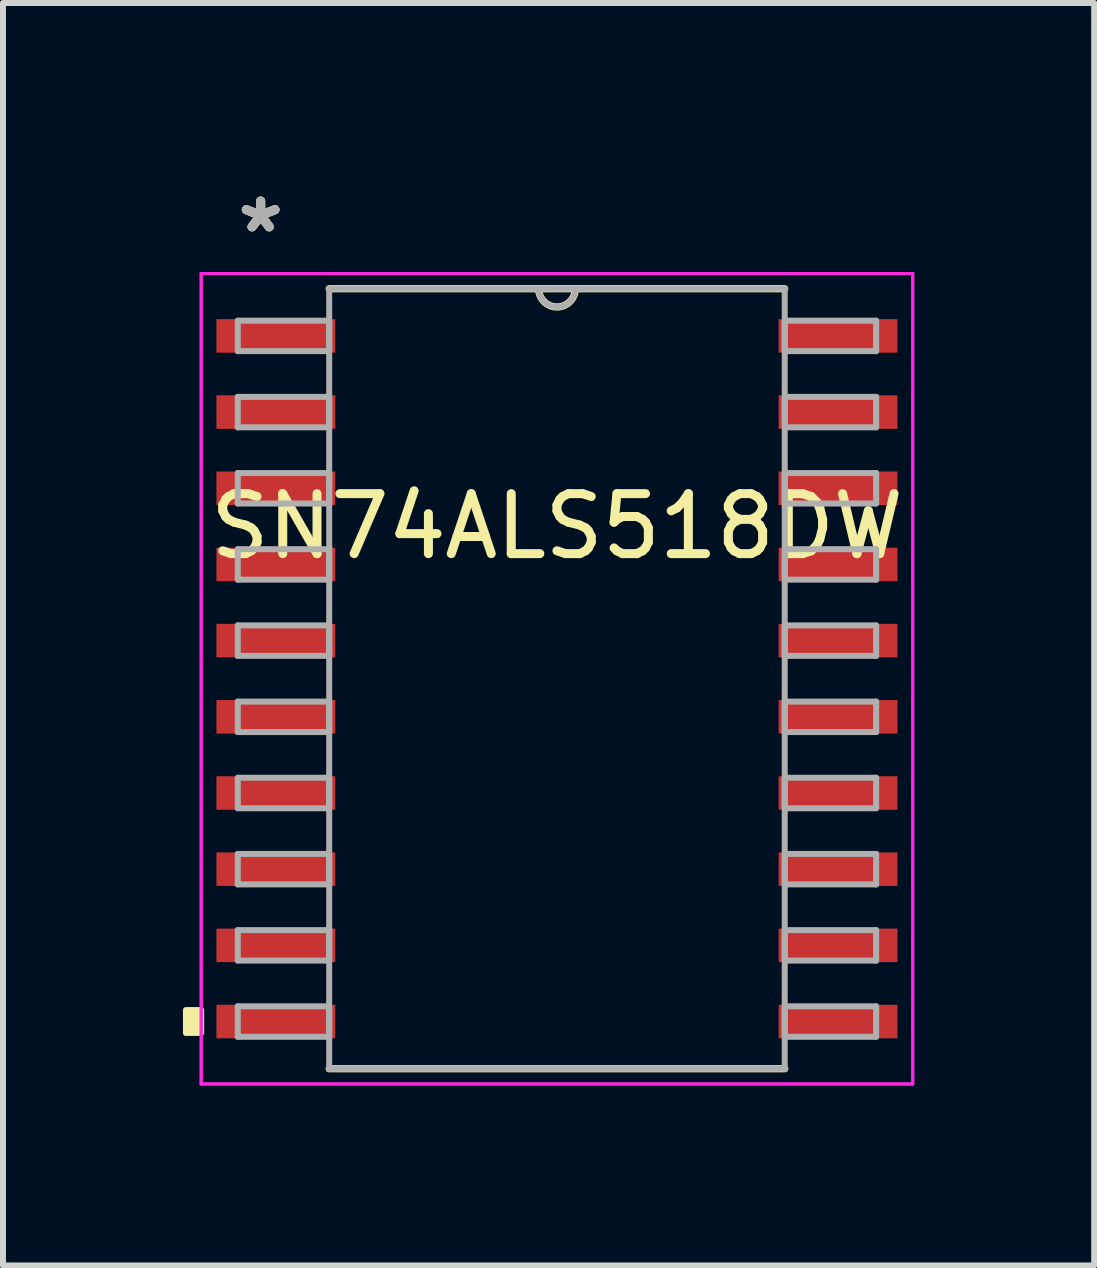
<source format=kicad_pcb>
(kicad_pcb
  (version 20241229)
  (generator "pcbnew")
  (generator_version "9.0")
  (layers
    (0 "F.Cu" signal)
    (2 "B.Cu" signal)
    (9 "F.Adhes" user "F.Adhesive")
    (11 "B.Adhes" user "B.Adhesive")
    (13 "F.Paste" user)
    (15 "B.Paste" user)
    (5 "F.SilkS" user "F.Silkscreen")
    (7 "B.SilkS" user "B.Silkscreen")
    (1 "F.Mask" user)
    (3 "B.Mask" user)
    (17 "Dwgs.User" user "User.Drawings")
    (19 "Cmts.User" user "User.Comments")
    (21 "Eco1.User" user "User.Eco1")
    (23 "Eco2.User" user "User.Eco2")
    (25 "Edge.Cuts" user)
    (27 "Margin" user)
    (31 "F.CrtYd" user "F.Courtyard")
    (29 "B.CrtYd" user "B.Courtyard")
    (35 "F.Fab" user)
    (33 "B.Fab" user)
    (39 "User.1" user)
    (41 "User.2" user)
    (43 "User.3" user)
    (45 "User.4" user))
  (footprint "SN74ALS518DW"
    (layer "F.Cu")
    (at 6.235 8.265)
    (property "Reference" "SN74ALS518DW" (at 0 -2.54 0) (layer "F.SilkS") (effects (font (size 1 1) (thickness 0.15))))
    (attr through_hole)
    (fp_line (start -3.797 6.502) (end 3.797 6.502) (stroke (width 0.12) (type solid)) (layer "F.SilkS"))
    (fp_line (start 3.797 -6.502) (end -3.797 -6.502) (stroke (width 0.12) (type solid)) (layer "F.SilkS"))
    (fp_arc (start 0.3048 -6.5024) (mid 0 -6.1976) (end -0.3048 -6.5024) (stroke (width 0.12) (type solid)) (layer "F.SilkS"))
    (fp_poly (pts (xy -6.185 5.524) (xy -6.185 5.905) (xy -5.931 5.905) (xy -5.931 5.524)) (stroke (width 0.1) (type solid)) (fill yes) (layer "F.SilkS"))
    (fp_line (start -5.931 -6.756) (end 5.931 -6.756) (stroke (width 0.05) (type solid)) (layer "F.CrtYd"))
    (fp_line (start -5.931 -6.756) (end 5.931 -6.756) (stroke (width 0.05) (type solid)) (layer "F.CrtYd"))
    (fp_line (start -5.931 6.756) (end -5.931 -6.756) (stroke (width 0.05) (type solid)) (layer "F.CrtYd"))
    (fp_line (start -5.931 6.756) (end -5.931 -6.756) (stroke (width 0.05) (type solid)) (layer "F.CrtYd"))
    (fp_line (start 5.931 -6.756) (end 5.931 6.756) (stroke (width 0.05) (type solid)) (layer "F.CrtYd"))
    (fp_line (start 5.931 -6.756) (end 5.931 6.756) (stroke (width 0.05) (type solid)) (layer "F.CrtYd"))
    (fp_line (start 5.931 6.756) (end -5.931 6.756) (stroke (width 0.05) (type solid)) (layer "F.CrtYd"))
    (fp_line (start 5.931 6.756) (end -5.931 6.756) (stroke (width 0.05) (type solid)) (layer "F.CrtYd"))
    (fp_line (start -5.321 -5.969) (end -5.321 -5.461) (stroke (width 0.1) (type solid)) (layer "F.Fab"))
    (fp_line (start -5.321 -5.461) (end -3.797 -5.461) (stroke (width 0.1) (type solid)) (layer "F.Fab"))
    (fp_line (start -5.321 -4.699) (end -5.321 -4.191) (stroke (width 0.1) (type solid)) (layer "F.Fab"))
    (fp_line (start -5.321 -4.191) (end -3.797 -4.191) (stroke (width 0.1) (type solid)) (layer "F.Fab"))
    (fp_line (start -5.321 -3.429) (end -5.321 -2.921) (stroke (width 0.1) (type solid)) (layer "F.Fab"))
    (fp_line (start -5.321 -2.921) (end -3.797 -2.921) (stroke (width 0.1) (type solid)) (layer "F.Fab"))
    (fp_line (start -5.321 -2.159) (end -5.321 -1.651) (stroke (width 0.1) (type solid)) (layer "F.Fab"))
    (fp_line (start -5.321 -1.651) (end -3.797 -1.651) (stroke (width 0.1) (type solid)) (layer "F.Fab"))
    (fp_line (start -5.321 -0.889) (end -5.321 -0.381) (stroke (width 0.1) (type solid)) (layer "F.Fab"))
    (fp_line (start -5.321 -0.381) (end -3.797 -0.381) (stroke (width 0.1) (type solid)) (layer "F.Fab"))
    (fp_line (start -5.321 0.381) (end -5.321 0.889) (stroke (width 0.1) (type solid)) (layer "F.Fab"))
    (fp_line (start -5.321 0.889) (end -3.797 0.889) (stroke (width 0.1) (type solid)) (layer "F.Fab"))
    (fp_line (start -5.321 1.651) (end -5.321 2.159) (stroke (width 0.1) (type solid)) (layer "F.Fab"))
    (fp_line (start -5.321 2.159) (end -3.797 2.159) (stroke (width 0.1) (type solid)) (layer "F.Fab"))
    (fp_line (start -5.321 2.921) (end -5.321 3.429) (stroke (width 0.1) (type solid)) (layer "F.Fab"))
    (fp_line (start -5.321 3.429) (end -3.797 3.429) (stroke (width 0.1) (type solid)) (layer "F.Fab"))
    (fp_line (start -5.321 4.191) (end -5.321 4.699) (stroke (width 0.1) (type solid)) (layer "F.Fab"))
    (fp_line (start -5.321 4.699) (end -3.797 4.699) (stroke (width 0.1) (type solid)) (layer "F.Fab"))
    (fp_line (start -5.321 5.461) (end -5.321 5.969) (stroke (width 0.1) (type solid)) (layer "F.Fab"))
    (fp_line (start -5.321 5.969) (end -3.797 5.969) (stroke (width 0.1) (type solid)) (layer "F.Fab"))
    (fp_line (start -3.797 -6.502) (end -3.797 6.502) (stroke (width 0.1) (type solid)) (layer "F.Fab"))
    (fp_line (start -3.797 -5.969) (end -5.321 -5.969) (stroke (width 0.1) (type solid)) (layer "F.Fab"))
    (fp_line (start -3.797 -5.461) (end -3.797 -5.969) (stroke (width 0.1) (type solid)) (layer "F.Fab"))
    (fp_line (start -3.797 -4.699) (end -5.321 -4.699) (stroke (width 0.1) (type solid)) (layer "F.Fab"))
    (fp_line (start -3.797 -4.191) (end -3.797 -4.699) (stroke (width 0.1) (type solid)) (layer "F.Fab"))
    (fp_line (start -3.797 -3.429) (end -5.321 -3.429) (stroke (width 0.1) (type solid)) (layer "F.Fab"))
    (fp_line (start -3.797 -2.921) (end -3.797 -3.429) (stroke (width 0.1) (type solid)) (layer "F.Fab"))
    (fp_line (start -3.797 -2.159) (end -5.321 -2.159) (stroke (width 0.1) (type solid)) (layer "F.Fab"))
    (fp_line (start -3.797 -1.651) (end -3.797 -2.159) (stroke (width 0.1) (type solid)) (layer "F.Fab"))
    (fp_line (start -3.797 -0.889) (end -5.321 -0.889) (stroke (width 0.1) (type solid)) (layer "F.Fab"))
    (fp_line (start -3.797 -0.381) (end -3.797 -0.889) (stroke (width 0.1) (type solid)) (layer "F.Fab"))
    (fp_line (start -3.797 0.381) (end -5.321 0.381) (stroke (width 0.1) (type solid)) (layer "F.Fab"))
    (fp_line (start -3.797 0.889) (end -3.797 0.381) (stroke (width 0.1) (type solid)) (layer "F.Fab"))
    (fp_line (start -3.797 1.651) (end -5.321 1.651) (stroke (width 0.1) (type solid)) (layer "F.Fab"))
    (fp_line (start -3.797 2.159) (end -3.797 1.651) (stroke (width 0.1) (type solid)) (layer "F.Fab"))
    (fp_line (start -3.797 2.921) (end -5.321 2.921) (stroke (width 0.1) (type solid)) (layer "F.Fab"))
    (fp_line (start -3.797 3.429) (end -3.797 2.921) (stroke (width 0.1) (type solid)) (layer "F.Fab"))
    (fp_line (start -3.797 4.191) (end -5.321 4.191) (stroke (width 0.1) (type solid)) (layer "F.Fab"))
    (fp_line (start -3.797 4.699) (end -3.797 4.191) (stroke (width 0.1) (type solid)) (layer "F.Fab"))
    (fp_line (start -3.797 5.461) (end -5.321 5.461) (stroke (width 0.1) (type solid)) (layer "F.Fab"))
    (fp_line (start -3.797 5.969) (end -3.797 5.461) (stroke (width 0.1) (type solid)) (layer "F.Fab"))
    (fp_line (start -3.797 6.502) (end 3.797 6.502) (stroke (width 0.1) (type solid)) (layer "F.Fab"))
    (fp_line (start 3.797 -6.502) (end -3.797 -6.502) (stroke (width 0.1) (type solid)) (layer "F.Fab"))
    (fp_line (start 3.797 -5.969) (end 3.797 -5.461) (stroke (width 0.1) (type solid)) (layer "F.Fab"))
    (fp_line (start 3.797 -5.461) (end 5.321 -5.461) (stroke (width 0.1) (type solid)) (layer "F.Fab"))
    (fp_line (start 3.797 -4.699) (end 3.797 -4.191) (stroke (width 0.1) (type solid)) (layer "F.Fab"))
    (fp_line (start 3.797 -4.191) (end 5.321 -4.191) (stroke (width 0.1) (type solid)) (layer "F.Fab"))
    (fp_line (start 3.797 -3.429) (end 3.797 -2.921) (stroke (width 0.1) (type solid)) (layer "F.Fab"))
    (fp_line (start 3.797 -2.921) (end 5.321 -2.921) (stroke (width 0.1) (type solid)) (layer "F.Fab"))
    (fp_line (start 3.797 -2.159) (end 3.797 -1.651) (stroke (width 0.1) (type solid)) (layer "F.Fab"))
    (fp_line (start 3.797 -1.651) (end 5.321 -1.651) (stroke (width 0.1) (type solid)) (layer "F.Fab"))
    (fp_line (start 3.797 -0.889) (end 3.797 -0.381) (stroke (width 0.1) (type solid)) (layer "F.Fab"))
    (fp_line (start 3.797 -0.381) (end 5.321 -0.381) (stroke (width 0.1) (type solid)) (layer "F.Fab"))
    (fp_line (start 3.797 0.381) (end 3.797 0.889) (stroke (width 0.1) (type solid)) (layer "F.Fab"))
    (fp_line (start 3.797 0.889) (end 5.321 0.889) (stroke (width 0.1) (type solid)) (layer "F.Fab"))
    (fp_line (start 3.797 1.651) (end 3.797 2.159) (stroke (width 0.1) (type solid)) (layer "F.Fab"))
    (fp_line (start 3.797 2.159) (end 5.321 2.159) (stroke (width 0.1) (type solid)) (layer "F.Fab"))
    (fp_line (start 3.797 2.921) (end 3.797 3.429) (stroke (width 0.1) (type solid)) (layer "F.Fab"))
    (fp_line (start 3.797 3.429) (end 5.321 3.429) (stroke (width 0.1) (type solid)) (layer "F.Fab"))
    (fp_line (start 3.797 4.191) (end 3.797 4.699) (stroke (width 0.1) (type solid)) (layer "F.Fab"))
    (fp_line (start 3.797 4.699) (end 5.321 4.699) (stroke (width 0.1) (type solid)) (layer "F.Fab"))
    (fp_line (start 3.797 5.461) (end 3.797 5.969) (stroke (width 0.1) (type solid)) (layer "F.Fab"))
    (fp_line (start 3.797 5.969) (end 5.321 5.969) (stroke (width 0.1) (type solid)) (layer "F.Fab"))
    (fp_line (start 3.797 6.502) (end 3.797 -6.502) (stroke (width 0.1) (type solid)) (layer "F.Fab"))
    (fp_line (start 5.321 -5.969) (end 3.797 -5.969) (stroke (width 0.1) (type solid)) (layer "F.Fab"))
    (fp_line (start 5.321 -5.461) (end 5.321 -5.969) (stroke (width 0.1) (type solid)) (layer "F.Fab"))
    (fp_line (start 5.321 -4.699) (end 3.797 -4.699) (stroke (width 0.1) (type solid)) (layer "F.Fab"))
    (fp_line (start 5.321 -4.191) (end 5.321 -4.699) (stroke (width 0.1) (type solid)) (layer "F.Fab"))
    (fp_line (start 5.321 -3.429) (end 3.797 -3.429) (stroke (width 0.1) (type solid)) (layer "F.Fab"))
    (fp_line (start 5.321 -2.921) (end 5.321 -3.429) (stroke (width 0.1) (type solid)) (layer "F.Fab"))
    (fp_line (start 5.321 -2.159) (end 3.797 -2.159) (stroke (width 0.1) (type solid)) (layer "F.Fab"))
    (fp_line (start 5.321 -1.651) (end 5.321 -2.159) (stroke (width 0.1) (type solid)) (layer "F.Fab"))
    (fp_line (start 5.321 -0.889) (end 3.797 -0.889) (stroke (width 0.1) (type solid)) (layer "F.Fab"))
    (fp_line (start 5.321 -0.381) (end 5.321 -0.889) (stroke (width 0.1) (type solid)) (layer "F.Fab"))
    (fp_line (start 5.321 0.381) (end 3.797 0.381) (stroke (width 0.1) (type solid)) (layer "F.Fab"))
    (fp_line (start 5.321 0.889) (end 5.321 0.381) (stroke (width 0.1) (type solid)) (layer "F.Fab"))
    (fp_line (start 5.321 1.651) (end 3.797 1.651) (stroke (width 0.1) (type solid)) (layer "F.Fab"))
    (fp_line (start 5.321 2.159) (end 5.321 1.651) (stroke (width 0.1) (type solid)) (layer "F.Fab"))
    (fp_line (start 5.321 2.921) (end 3.797 2.921) (stroke (width 0.1) (type solid)) (layer "F.Fab"))
    (fp_line (start 5.321 3.429) (end 5.321 2.921) (stroke (width 0.1) (type solid)) (layer "F.Fab"))
    (fp_line (start 5.321 4.191) (end 3.797 4.191) (stroke (width 0.1) (type solid)) (layer "F.Fab"))
    (fp_line (start 5.321 4.699) (end 5.321 4.191) (stroke (width 0.1) (type solid)) (layer "F.Fab"))
    (fp_line (start 5.321 5.461) (end 3.797 5.461) (stroke (width 0.1) (type solid)) (layer "F.Fab"))
    (fp_line (start 5.321 5.969) (end 5.321 5.461) (stroke (width 0.1) (type solid)) (layer "F.Fab"))
    (fp_arc (start 0.3048 -6.5024) (mid 0 -6.1976) (end -0.3048 -6.5024) (stroke (width 0.1) (type solid)) (layer "F.Fab"))
    (fp_text user "*" (at -4.94 -7.417 0) (layer "F.SilkS") (effects (font (size 1 1) (thickness 0.15))))
    (fp_text user "*" (at -4.94 -7.417 0) (layer "F.SilkS") (effects (font (size 1 1) (thickness 0.15))))
    (fp_text user "*" (at -4.94 -7.417 0) (layer "F.Fab") (effects (font (size 1 1) (thickness 0.15))))
    (fp_text user "*" (at -4.94 -7.417 0) (layer "F.Fab") (effects (font (size 1 1) (thickness 0.15))))
    (pad "1" smd rect (at -4.686 -5.715) (size 1.981 0.559) (layers "F.Cu" "F.Mask" "F.Paste"))
    (pad "2" smd rect (at -4.686 -4.445) (size 1.981 0.559) (layers "F.Cu" "F.Mask" "F.Paste"))
    (pad "3" smd rect (at -4.686 -3.175) (size 1.981 0.559) (layers "F.Cu" "F.Mask" "F.Paste"))
    (pad "4" smd rect (at -4.686 -1.905) (size 1.981 0.559) (layers "F.Cu" "F.Mask" "F.Paste"))
    (pad "5" smd rect (at -4.686 -0.635) (size 1.981 0.559) (layers "F.Cu" "F.Mask" "F.Paste"))
    (pad "6" smd rect (at -4.686 0.635) (size 1.981 0.559) (layers "F.Cu" "F.Mask" "F.Paste"))
    (pad "7" smd rect (at -4.686 1.905) (size 1.981 0.559) (layers "F.Cu" "F.Mask" "F.Paste"))
    (pad "8" smd rect (at -4.686 3.175) (size 1.981 0.559) (layers "F.Cu" "F.Mask" "F.Paste"))
    (pad "9" smd rect (at -4.686 4.445) (size 1.981 0.559) (layers "F.Cu" "F.Mask" "F.Paste"))
    (pad "10" smd rect (at -4.686 5.715) (size 1.981 0.559) (layers "F.Cu" "F.Mask" "F.Paste"))
    (pad "11" smd rect (at 4.686 5.715) (size 1.981 0.559) (layers "F.Cu" "F.Mask" "F.Paste"))
    (pad "12" smd rect (at 4.686 4.445) (size 1.981 0.559) (layers "F.Cu" "F.Mask" "F.Paste"))
    (pad "13" smd rect (at 4.686 3.175) (size 1.981 0.559) (layers "F.Cu" "F.Mask" "F.Paste"))
    (pad "14" smd rect (at 4.686 1.905) (size 1.981 0.559) (layers "F.Cu" "F.Mask" "F.Paste"))
    (pad "15" smd rect (at 4.686 0.635) (size 1.981 0.559) (layers "F.Cu" "F.Mask" "F.Paste"))
    (pad "16" smd rect (at 4.686 -0.635) (size 1.981 0.559) (layers "F.Cu" "F.Mask" "F.Paste"))
    (pad "17" smd rect (at 4.686 -1.905) (size 1.981 0.559) (layers "F.Cu" "F.Mask" "F.Paste"))
    (pad "18" smd rect (at 4.686 -3.175) (size 1.981 0.559) (layers "F.Cu" "F.Mask" "F.Paste"))
    (pad "19" smd rect (at 4.686 -4.445) (size 1.981 0.559) (layers "F.Cu" "F.Mask" "F.Paste"))
    (pad "20" smd rect (at 4.686 -5.715) (size 1.981 0.559) (layers "F.Cu" "F.Mask" "F.Paste")))
  (gr_rect
    (start -3 -3)
    (end 15.191 18.046)
    (stroke (width 0.1) (type default))
    (fill no)
    (layer "Edge.Cuts")))
</source>
